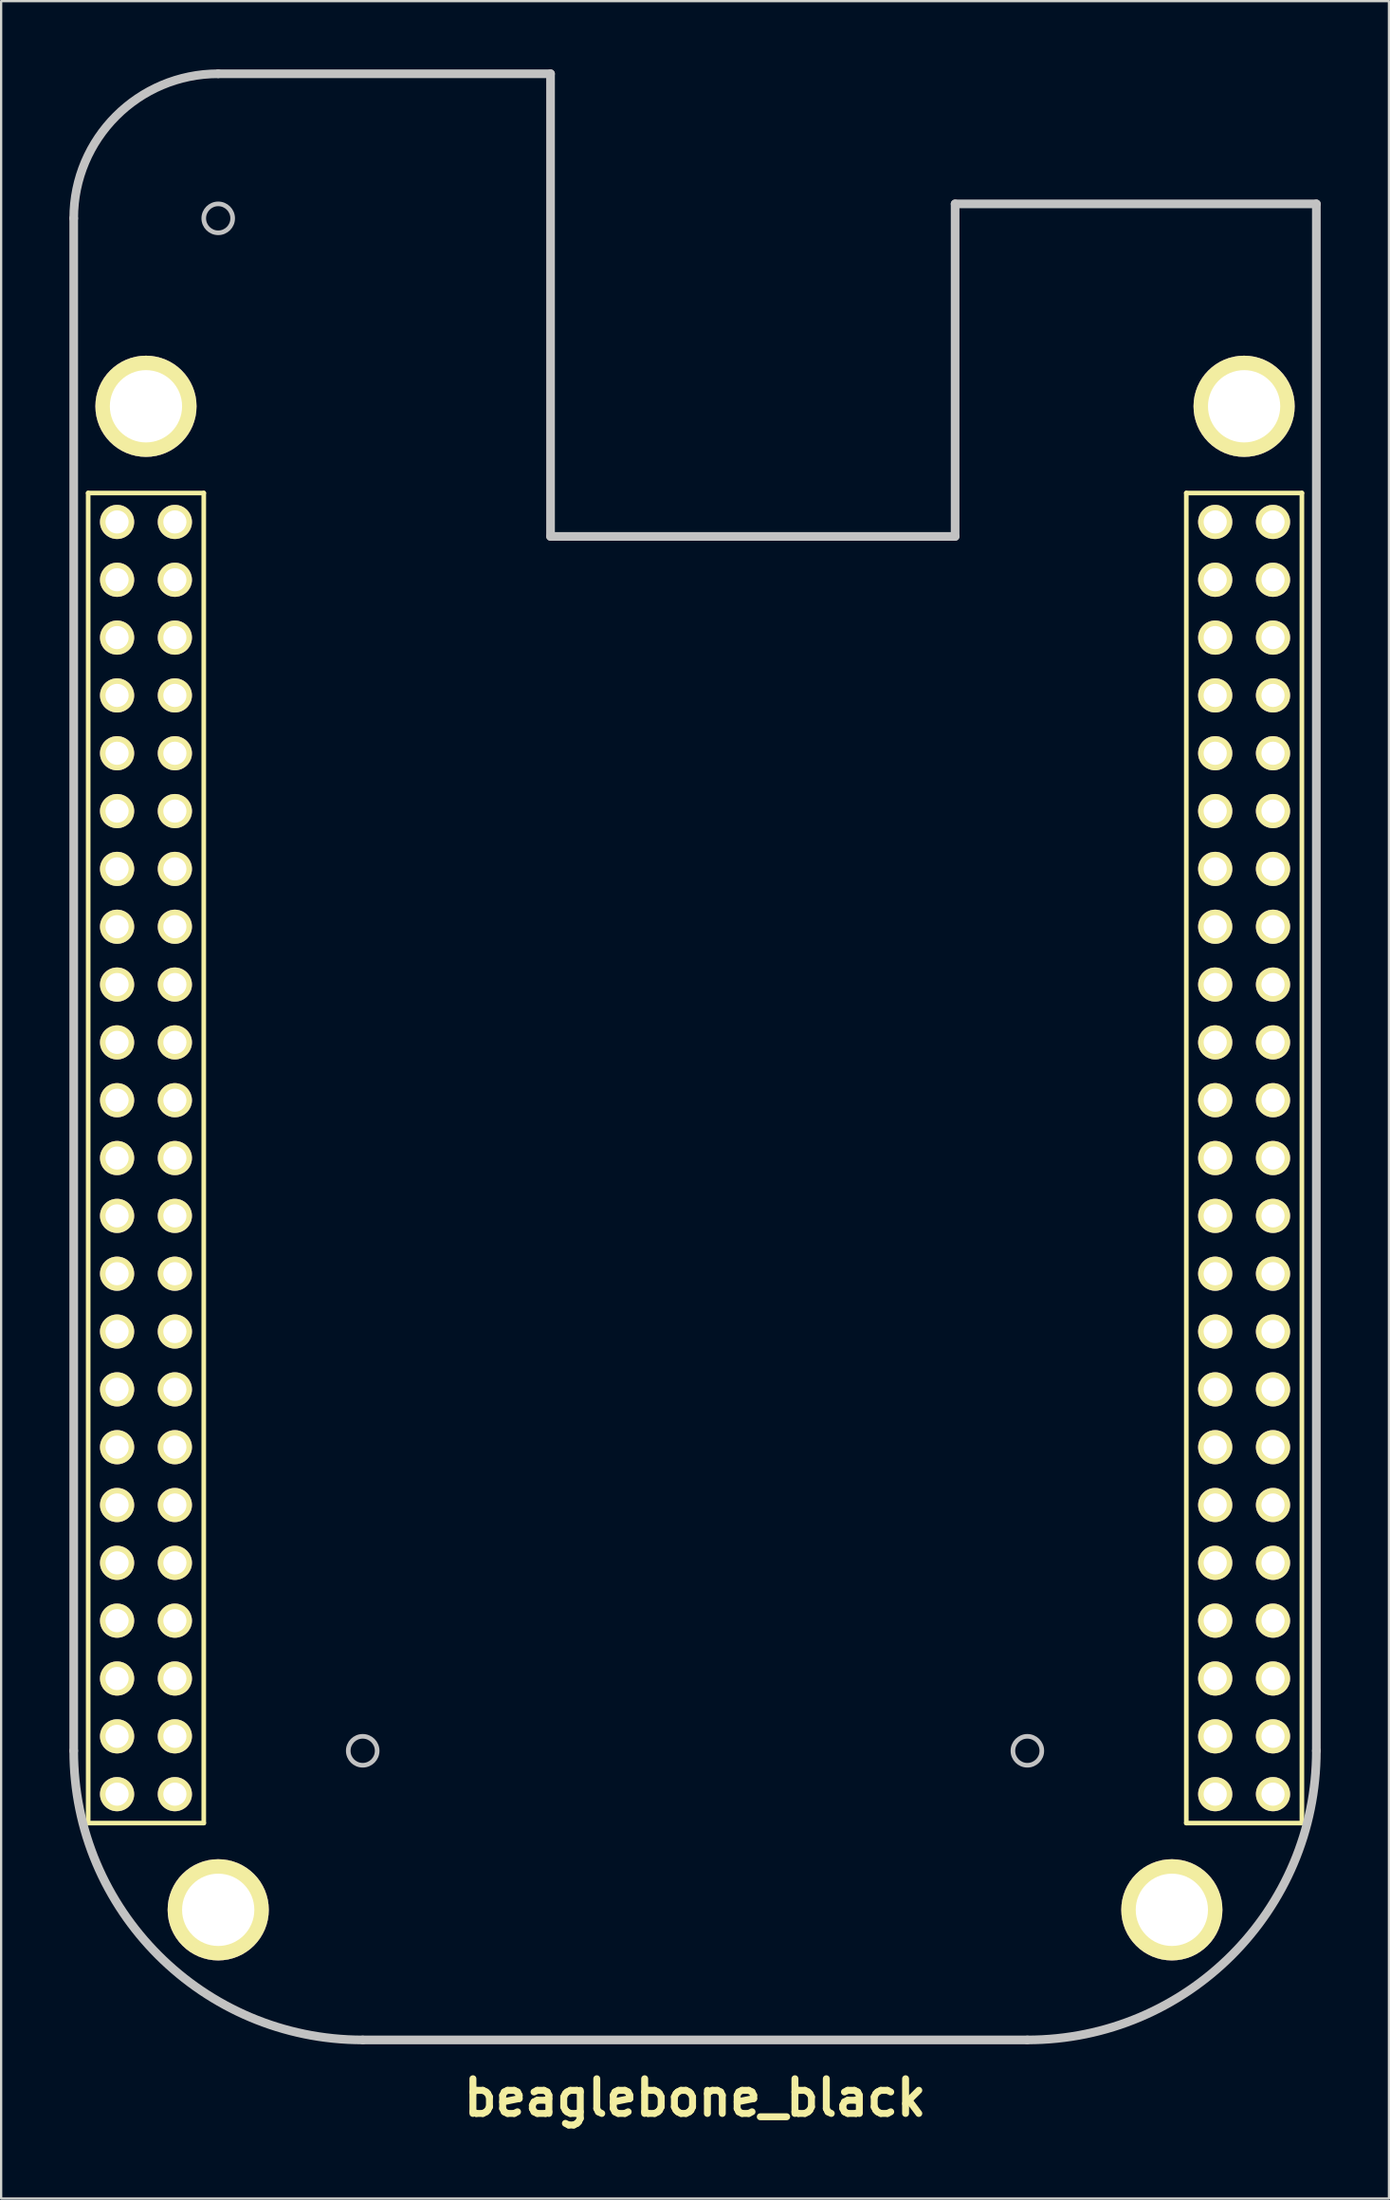
<source format=kicad_pcb>
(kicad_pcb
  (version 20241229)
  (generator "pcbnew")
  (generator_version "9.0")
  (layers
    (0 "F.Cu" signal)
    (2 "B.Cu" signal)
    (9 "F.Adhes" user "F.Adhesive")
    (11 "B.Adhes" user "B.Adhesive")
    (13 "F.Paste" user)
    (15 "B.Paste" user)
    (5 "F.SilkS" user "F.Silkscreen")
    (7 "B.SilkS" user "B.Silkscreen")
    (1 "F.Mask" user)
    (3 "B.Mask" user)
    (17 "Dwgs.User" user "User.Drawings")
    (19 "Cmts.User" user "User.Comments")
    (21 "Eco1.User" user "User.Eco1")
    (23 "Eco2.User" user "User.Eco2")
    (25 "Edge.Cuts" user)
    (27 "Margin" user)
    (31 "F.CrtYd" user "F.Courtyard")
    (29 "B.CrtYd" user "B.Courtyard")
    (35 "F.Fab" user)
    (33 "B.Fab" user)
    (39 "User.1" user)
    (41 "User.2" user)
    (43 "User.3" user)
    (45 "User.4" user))
  (footprint "beaglebone_black"
    (layer "F.Cu")
    (at 27.495 43.37)
    (property "Reference" "beaglebone_black" (at 0 45.72 0) (layer "F.SilkS") (effects (font (size 1.524 1.524) (thickness 0.305))))
    (attr through_hole)
    (fp_line (start -26.67 -24.765) (end -21.59 -24.765) (stroke (width 0.203) (type solid)) (layer "F.SilkS"))
    (fp_line (start -26.67 33.655) (end -26.67 -24.765) (stroke (width 0.203) (type solid)) (layer "F.SilkS"))
    (fp_line (start -21.59 -24.765) (end -21.59 33.655) (stroke (width 0.203) (type solid)) (layer "F.SilkS"))
    (fp_line (start -21.59 33.655) (end -26.67 33.655) (stroke (width 0.203) (type solid)) (layer "F.SilkS"))
    (fp_line (start 21.59 -24.765) (end 26.67 -24.765) (stroke (width 0.203) (type solid)) (layer "F.SilkS"))
    (fp_line (start 21.59 33.655) (end 21.59 -24.765) (stroke (width 0.203) (type solid)) (layer "F.SilkS"))
    (fp_line (start 26.67 -24.765) (end 26.67 33.655) (stroke (width 0.203) (type solid)) (layer "F.SilkS"))
    (fp_line (start 26.67 33.655) (end 21.59 33.655) (stroke (width 0.203) (type solid)) (layer "F.SilkS"))
    (fp_line (start -27.305 -36.83) (end -27.305 30.48) (stroke (width 0.381) (type solid)) (layer "Dwgs.User"))
    (fp_line (start -14.605 43.18) (end 14.605 43.18) (stroke (width 0.381) (type solid)) (layer "Dwgs.User"))
    (fp_line (start -6.35 -43.18) (end -20.955 -43.18) (stroke (width 0.381) (type solid)) (layer "Dwgs.User"))
    (fp_line (start -6.35 -43.18) (end -6.35 -22.86) (stroke (width 0.381) (type solid)) (layer "Dwgs.User"))
    (fp_line (start -6.35 -22.86) (end 11.43 -22.86) (stroke (width 0.381) (type solid)) (layer "Dwgs.User"))
    (fp_line (start 11.43 -37.465) (end 27.305 -37.465) (stroke (width 0.381) (type solid)) (layer "Dwgs.User"))
    (fp_line (start 11.43 -22.86) (end 11.43 -37.465) (stroke (width 0.381) (type solid)) (layer "Dwgs.User"))
    (fp_line (start 27.305 -37.465) (end 27.305 30.48) (stroke (width 0.381) (type solid)) (layer "Dwgs.User"))
    (fp_arc (start -27.305 -36.83) (mid -25.445128 -41.320128) (end -20.955 -43.18) (stroke (width 0.381) (type solid)) (layer "Dwgs.User"))
    (fp_arc (start -14.605 43.18) (mid -23.585256 39.460256) (end -27.305 30.48) (stroke (width 0.381) (type solid)) (layer "Dwgs.User"))
    (fp_arc (start 27.305 30.48) (mid 23.585256 39.460256) (end 14.605 43.18) (stroke (width 0.381) (type solid)) (layer "Dwgs.User"))
    (fp_circle (center -20.955 -36.83) (end -20.32 -36.83) (stroke (width 0.203) (type solid)) (fill no) (layer "Dwgs.User"))
    (fp_circle (center -14.605 30.48) (end -13.97 30.48) (stroke (width 0.203) (type solid)) (fill no) (layer "Dwgs.User"))
    (fp_circle (center 14.605 30.48) (end 15.24 30.48) (stroke (width 0.203) (type solid)) (fill no) (layer "Dwgs.User"))
    (pad "" thru_hole circle (at -24.13 -28.575) (size 4.445 4.445) (drill 3.175) (layers "*.Cu" "*.Mask" "F.SilkS"))
    (pad "" thru_hole circle (at -20.955 37.465) (size 4.445 4.445) (drill 3.175) (layers "*.Cu" "*.Mask" "F.SilkS"))
    (pad "" thru_hole circle (at 20.955 37.465) (size 4.445 4.445) (drill 3.175) (layers "*.Cu" "*.Mask" "F.SilkS"))
    (pad "" thru_hole circle (at 24.13 -28.575) (size 4.445 4.445) (drill 3.175) (layers "*.Cu" "*.Mask" "F.SilkS"))
    (pad "A1" thru_hole circle (at 22.86 -23.495) (size 1.5 1.5) (drill 1.016) (layers "*.Cu" "*.Mask" "F.SilkS"))
    (pad "A2" thru_hole circle (at 25.4 -23.495) (size 1.5 1.5) (drill 1.016) (layers "*.Cu" "*.Mask" "F.SilkS"))
    (pad "A3" thru_hole circle (at 22.86 -20.955) (size 1.5 1.5) (drill 1.016) (layers "*.Cu" "*.Mask" "F.SilkS"))
    (pad "A4" thru_hole circle (at 25.4 -20.955) (size 1.5 1.5) (drill 1.016) (layers "*.Cu" "*.Mask" "F.SilkS"))
    (pad "A5" thru_hole circle (at 22.86 -18.415) (size 1.5 1.5) (drill 1.016) (layers "*.Cu" "*.Mask" "F.SilkS"))
    (pad "A6" thru_hole circle (at 25.4 -18.415) (size 1.5 1.5) (drill 1.016) (layers "*.Cu" "*.Mask" "F.SilkS"))
    (pad "A7" thru_hole circle (at 22.86 -15.875) (size 1.5 1.5) (drill 1.016) (layers "*.Cu" "*.Mask" "F.SilkS"))
    (pad "A8" thru_hole circle (at 25.4 -15.875) (size 1.5 1.5) (drill 1.016) (layers "*.Cu" "*.Mask" "F.SilkS"))
    (pad "A9" thru_hole circle (at 22.86 -13.335) (size 1.5 1.5) (drill 1.016) (layers "*.Cu" "*.Mask" "F.SilkS"))
    (pad "A10" thru_hole circle (at 25.4 -13.335) (size 1.5 1.5) (drill 1.016) (layers "*.Cu" "*.Mask" "F.SilkS"))
    (pad "A11" thru_hole circle (at 22.86 -10.795) (size 1.5 1.5) (drill 1.016) (layers "*.Cu" "*.Mask" "F.SilkS"))
    (pad "A12" thru_hole circle (at 25.4 -10.795) (size 1.5 1.5) (drill 1.016) (layers "*.Cu" "*.Mask" "F.SilkS"))
    (pad "A13" thru_hole circle (at 22.86 -8.255) (size 1.5 1.5) (drill 1.016) (layers "*.Cu" "*.Mask" "F.SilkS"))
    (pad "A14" thru_hole circle (at 25.4 -8.255) (size 1.5 1.5) (drill 1.016) (layers "*.Cu" "*.Mask" "F.SilkS"))
    (pad "A15" thru_hole circle (at 22.86 -5.715) (size 1.5 1.5) (drill 1.016) (layers "*.Cu" "*.Mask" "F.SilkS"))
    (pad "A16" thru_hole circle (at 25.4 -5.715) (size 1.5 1.5) (drill 1.016) (layers "*.Cu" "*.Mask" "F.SilkS"))
    (pad "A17" thru_hole circle (at 22.86 -3.175) (size 1.5 1.5) (drill 1.016) (layers "*.Cu" "*.Mask" "F.SilkS"))
    (pad "A18" thru_hole circle (at 25.4 -3.175) (size 1.5 1.5) (drill 1.016) (layers "*.Cu" "*.Mask" "F.SilkS"))
    (pad "A19" thru_hole circle (at 22.86 -0.635) (size 1.5 1.5) (drill 1.016) (layers "*.Cu" "*.Mask" "F.SilkS"))
    (pad "A20" thru_hole circle (at 25.4 -0.635) (size 1.5 1.5) (drill 1.016) (layers "*.Cu" "*.Mask" "F.SilkS"))
    (pad "A21" thru_hole circle (at 22.86 1.905) (size 1.5 1.5) (drill 1.016) (layers "*.Cu" "*.Mask" "F.SilkS"))
    (pad "A22" thru_hole circle (at 25.4 1.905) (size 1.5 1.5) (drill 1.016) (layers "*.Cu" "*.Mask" "F.SilkS"))
    (pad "A23" thru_hole circle (at 22.86 4.445) (size 1.5 1.5) (drill 1.016) (layers "*.Cu" "*.Mask" "F.SilkS"))
    (pad "A24" thru_hole circle (at 25.4 4.445) (size 1.5 1.5) (drill 1.016) (layers "*.Cu" "*.Mask" "F.SilkS"))
    (pad "A25" thru_hole circle (at 22.86 6.985) (size 1.5 1.5) (drill 1.016) (layers "*.Cu" "*.Mask" "F.SilkS"))
    (pad "A26" thru_hole circle (at 25.4 6.985) (size 1.5 1.5) (drill 1.016) (layers "*.Cu" "*.Mask" "F.SilkS"))
    (pad "A27" thru_hole circle (at 22.86 9.525) (size 1.5 1.5) (drill 1.016) (layers "*.Cu" "*.Mask" "F.SilkS"))
    (pad "A28" thru_hole circle (at 25.4 9.525) (size 1.5 1.5) (drill 1.016) (layers "*.Cu" "*.Mask" "F.SilkS"))
    (pad "A29" thru_hole circle (at 22.86 12.065) (size 1.5 1.5) (drill 1.016) (layers "*.Cu" "*.Mask" "F.SilkS"))
    (pad "A30" thru_hole circle (at 25.4 12.065) (size 1.5 1.5) (drill 1.016) (layers "*.Cu" "*.Mask" "F.SilkS"))
    (pad "A31" thru_hole circle (at 22.86 14.605) (size 1.5 1.5) (drill 1.016) (layers "*.Cu" "*.Mask" "F.SilkS"))
    (pad "A32" thru_hole circle (at 25.4 14.605) (size 1.5 1.5) (drill 1.016) (layers "*.Cu" "*.Mask" "F.SilkS"))
    (pad "A33" thru_hole circle (at 22.86 17.145) (size 1.5 1.5) (drill 1.016) (layers "*.Cu" "*.Mask" "F.SilkS"))
    (pad "A34" thru_hole circle (at 25.4 17.145) (size 1.5 1.5) (drill 1.016) (layers "*.Cu" "*.Mask" "F.SilkS"))
    (pad "A35" thru_hole circle (at 22.86 19.685) (size 1.5 1.5) (drill 1.016) (layers "*.Cu" "*.Mask" "F.SilkS"))
    (pad "A36" thru_hole circle (at 25.4 19.685) (size 1.5 1.5) (drill 1.016) (layers "*.Cu" "*.Mask" "F.SilkS"))
    (pad "A37" thru_hole circle (at 22.86 22.225) (size 1.5 1.5) (drill 1.016) (layers "*.Cu" "*.Mask" "F.SilkS"))
    (pad "A38" thru_hole circle (at 25.4 22.225) (size 1.5 1.5) (drill 1.016) (layers "*.Cu" "*.Mask" "F.SilkS"))
    (pad "A39" thru_hole circle (at 22.86 24.765) (size 1.5 1.5) (drill 1.016) (layers "*.Cu" "*.Mask" "F.SilkS"))
    (pad "A40" thru_hole circle (at 25.4 24.765) (size 1.5 1.5) (drill 1.016) (layers "*.Cu" "*.Mask" "F.SilkS"))
    (pad "A41" thru_hole circle (at 22.86 27.305) (size 1.5 1.5) (drill 1.016) (layers "*.Cu" "*.Mask" "F.SilkS"))
    (pad "A42" thru_hole circle (at 25.4 27.305) (size 1.5 1.5) (drill 1.016) (layers "*.Cu" "*.Mask" "F.SilkS"))
    (pad "A43" thru_hole circle (at 22.86 29.845) (size 1.5 1.5) (drill 1.016) (layers "*.Cu" "*.Mask" "F.SilkS"))
    (pad "A44" thru_hole circle (at 25.4 29.845) (size 1.5 1.5) (drill 1.016) (layers "*.Cu" "*.Mask" "F.SilkS"))
    (pad "A45" thru_hole circle (at 22.86 32.385) (size 1.5 1.5) (drill 1.016) (layers "*.Cu" "*.Mask" "F.SilkS"))
    (pad "A46" thru_hole circle (at 25.4 32.385) (size 1.5 1.5) (drill 1.016) (layers "*.Cu" "*.Mask" "F.SilkS"))
    (pad "B1" thru_hole circle (at -25.4 -23.495) (size 1.5 1.5) (drill 1.016) (layers "*.Cu" "*.Mask" "F.SilkS"))
    (pad "B2" thru_hole circle (at -22.86 -23.495) (size 1.5 1.5) (drill 1.016) (layers "*.Cu" "*.Mask" "F.SilkS"))
    (pad "B3" thru_hole circle (at -25.4 -20.955) (size 1.5 1.5) (drill 1.016) (layers "*.Cu" "*.Mask" "F.SilkS"))
    (pad "B4" thru_hole circle (at -22.86 -20.955) (size 1.5 1.5) (drill 1.016) (layers "*.Cu" "*.Mask" "F.SilkS"))
    (pad "B5" thru_hole circle (at -25.4 -18.415) (size 1.5 1.5) (drill 1.016) (layers "*.Cu" "*.Mask" "F.SilkS"))
    (pad "B6" thru_hole circle (at -22.86 -18.415) (size 1.5 1.5) (drill 1.016) (layers "*.Cu" "*.Mask" "F.SilkS"))
    (pad "B7" thru_hole circle (at -25.4 -15.875) (size 1.5 1.5) (drill 1.016) (layers "*.Cu" "*.Mask" "F.SilkS"))
    (pad "B8" thru_hole circle (at -22.86 -15.875) (size 1.5 1.5) (drill 1.016) (layers "*.Cu" "*.Mask" "F.SilkS"))
    (pad "B9" thru_hole circle (at -25.4 -13.335) (size 1.5 1.5) (drill 1.016) (layers "*.Cu" "*.Mask" "F.SilkS"))
    (pad "B10" thru_hole circle (at -22.86 -13.335) (size 1.5 1.5) (drill 1.016) (layers "*.Cu" "*.Mask" "F.SilkS"))
    (pad "B11" thru_hole circle (at -25.4 -10.795) (size 1.5 1.5) (drill 1.016) (layers "*.Cu" "*.Mask" "F.SilkS"))
    (pad "B12" thru_hole circle (at -22.86 -10.795) (size 1.5 1.5) (drill 1.016) (layers "*.Cu" "*.Mask" "F.SilkS"))
    (pad "B13" thru_hole circle (at -25.4 -8.255) (size 1.5 1.5) (drill 1.016) (layers "*.Cu" "*.Mask" "F.SilkS"))
    (pad "B14" thru_hole circle (at -22.86 -8.255) (size 1.5 1.5) (drill 1.016) (layers "*.Cu" "*.Mask" "F.SilkS"))
    (pad "B15" thru_hole circle (at -25.4 -5.715) (size 1.5 1.5) (drill 1.016) (layers "*.Cu" "*.Mask" "F.SilkS"))
    (pad "B16" thru_hole circle (at -22.86 -5.715) (size 1.5 1.5) (drill 1.016) (layers "*.Cu" "*.Mask" "F.SilkS"))
    (pad "B17" thru_hole circle (at -25.4 -3.175) (size 1.5 1.5) (drill 1.016) (layers "*.Cu" "*.Mask" "F.SilkS"))
    (pad "B18" thru_hole circle (at -22.86 -3.175) (size 1.5 1.5) (drill 1.016) (layers "*.Cu" "*.Mask" "F.SilkS"))
    (pad "B19" thru_hole circle (at -25.4 -0.635) (size 1.5 1.5) (drill 1.016) (layers "*.Cu" "*.Mask" "F.SilkS"))
    (pad "B20" thru_hole circle (at -22.86 -0.635) (size 1.5 1.5) (drill 1.016) (layers "*.Cu" "*.Mask" "F.SilkS"))
    (pad "B21" thru_hole circle (at -25.4 1.905) (size 1.5 1.5) (drill 1.016) (layers "*.Cu" "*.Mask" "F.SilkS"))
    (pad "B22" thru_hole circle (at -22.86 1.905) (size 1.5 1.5) (drill 1.016) (layers "*.Cu" "*.Mask" "F.SilkS"))
    (pad "B23" thru_hole circle (at -25.4 4.445) (size 1.5 1.5) (drill 1.016) (layers "*.Cu" "*.Mask" "F.SilkS"))
    (pad "B24" thru_hole circle (at -22.86 4.445) (size 1.5 1.5) (drill 1.016) (layers "*.Cu" "*.Mask" "F.SilkS"))
    (pad "B25" thru_hole circle (at -25.4 6.985) (size 1.5 1.5) (drill 1.016) (layers "*.Cu" "*.Mask" "F.SilkS"))
    (pad "B26" thru_hole circle (at -22.86 6.985) (size 1.5 1.5) (drill 1.016) (layers "*.Cu" "*.Mask" "F.SilkS"))
    (pad "B27" thru_hole circle (at -25.4 9.525) (size 1.5 1.5) (drill 1.016) (layers "*.Cu" "*.Mask" "F.SilkS"))
    (pad "B28" thru_hole circle (at -22.86 9.525) (size 1.5 1.5) (drill 1.016) (layers "*.Cu" "*.Mask" "F.SilkS"))
    (pad "B29" thru_hole circle (at -25.4 12.065) (size 1.5 1.5) (drill 1.016) (layers "*.Cu" "*.Mask" "F.SilkS"))
    (pad "B30" thru_hole circle (at -22.86 12.065) (size 1.5 1.5) (drill 1.016) (layers "*.Cu" "*.Mask" "F.SilkS"))
    (pad "B31" thru_hole circle (at -25.4 14.605) (size 1.5 1.5) (drill 1.016) (layers "*.Cu" "*.Mask" "F.SilkS"))
    (pad "B32" thru_hole circle (at -22.86 14.605) (size 1.5 1.5) (drill 1.016) (layers "*.Cu" "*.Mask" "F.SilkS"))
    (pad "B33" thru_hole circle (at -25.4 17.145) (size 1.5 1.5) (drill 1.016) (layers "*.Cu" "*.Mask" "F.SilkS"))
    (pad "B34" thru_hole circle (at -22.86 17.145) (size 1.5 1.5) (drill 1.016) (layers "*.Cu" "*.Mask" "F.SilkS"))
    (pad "B35" thru_hole circle (at -25.4 19.685) (size 1.5 1.5) (drill 1.016) (layers "*.Cu" "*.Mask" "F.SilkS"))
    (pad "B36" thru_hole circle (at -22.86 19.685) (size 1.5 1.5) (drill 1.016) (layers "*.Cu" "*.Mask" "F.SilkS"))
    (pad "B37" thru_hole circle (at -25.4 22.225) (size 1.5 1.5) (drill 1.016) (layers "*.Cu" "*.Mask" "F.SilkS"))
    (pad "B38" thru_hole circle (at -22.86 22.225) (size 1.5 1.5) (drill 1.016) (layers "*.Cu" "*.Mask" "F.SilkS"))
    (pad "B39" thru_hole circle (at -25.4 24.765) (size 1.5 1.5) (drill 1.016) (layers "*.Cu" "*.Mask" "F.SilkS"))
    (pad "B40" thru_hole circle (at -22.86 24.765) (size 1.5 1.5) (drill 1.016) (layers "*.Cu" "*.Mask" "F.SilkS"))
    (pad "B41" thru_hole circle (at -25.4 27.305) (size 1.5 1.5) (drill 1.016) (layers "*.Cu" "*.Mask" "F.SilkS"))
    (pad "B42" thru_hole circle (at -22.86 27.305) (size 1.5 1.5) (drill 1.016) (layers "*.Cu" "*.Mask" "F.SilkS"))
    (pad "B43" thru_hole circle (at -25.4 29.845) (size 1.5 1.5) (drill 1.016) (layers "*.Cu" "*.Mask" "F.SilkS"))
    (pad "B44" thru_hole circle (at -22.86 29.845) (size 1.5 1.5) (drill 1.016) (layers "*.Cu" "*.Mask" "F.SilkS"))
    (pad "B45" thru_hole circle (at -25.4 32.385) (size 1.5 1.5) (drill 1.016) (layers "*.Cu" "*.Mask" "F.SilkS"))
    (pad "B46" thru_hole circle (at -22.86 32.385) (size 1.5 1.5) (drill 1.016) (layers "*.Cu" "*.Mask" "F.SilkS")))
  (gr_rect
    (start -3 -3)
    (end 57.991 93.517)
    (stroke (width 0.1) (type default))
    (fill no)
    (layer "Edge.Cuts")))
</source>
